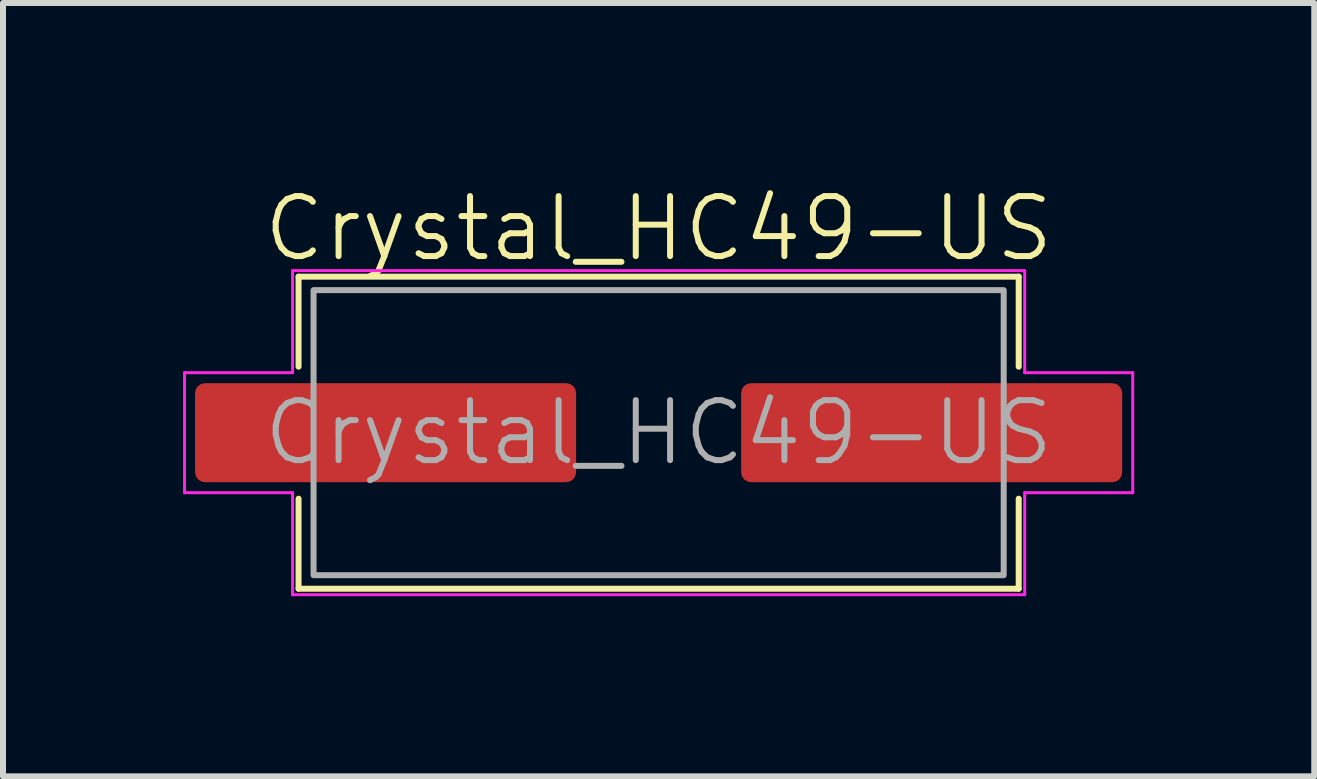
<source format=kicad_pcb>
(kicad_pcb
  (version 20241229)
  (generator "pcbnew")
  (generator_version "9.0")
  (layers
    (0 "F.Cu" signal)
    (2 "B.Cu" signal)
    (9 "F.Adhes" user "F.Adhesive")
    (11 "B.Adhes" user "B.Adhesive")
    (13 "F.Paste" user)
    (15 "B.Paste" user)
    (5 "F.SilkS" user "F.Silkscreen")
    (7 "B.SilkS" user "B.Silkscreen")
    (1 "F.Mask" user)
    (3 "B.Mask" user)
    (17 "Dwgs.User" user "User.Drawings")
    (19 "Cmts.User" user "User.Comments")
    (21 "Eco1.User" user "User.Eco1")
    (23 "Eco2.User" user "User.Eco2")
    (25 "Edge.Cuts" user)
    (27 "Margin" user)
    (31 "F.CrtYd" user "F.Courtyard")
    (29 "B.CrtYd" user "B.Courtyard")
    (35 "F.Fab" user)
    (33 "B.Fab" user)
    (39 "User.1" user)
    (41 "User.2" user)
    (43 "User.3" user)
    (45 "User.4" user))
  (footprint "Crystal_HC49-US"
    (layer "F.Cu")
    (at 7.925 4.16)
    (property "Reference" "Crystal_HC49-US" (at 0 -3.4 0) (unlocked yes) (layer "F.SilkS") (effects (font (size 1 1) (thickness 0.1))))
    (attr smd)
    (fp_line (start -6 -2.6) (end 6 -2.6) (stroke (width 0.1) (type default)) (layer "F.SilkS"))
    (fp_line (start -6 -1.1) (end -6 -2.6) (stroke (width 0.1) (type default)) (layer "F.SilkS"))
    (fp_line (start -6 1.1) (end -6 2.6) (stroke (width 0.1) (type default)) (layer "F.SilkS"))
    (fp_line (start -6 2.6) (end 6 2.6) (stroke (width 0.1) (type default)) (layer "F.SilkS"))
    (fp_line (start 6 -2.6) (end 6 -1.1) (stroke (width 0.1) (type default)) (layer "F.SilkS"))
    (fp_line (start 6 2.6) (end 6 1.1) (stroke (width 0.1) (type default)) (layer "F.SilkS"))
    (fp_line (start -7.9 -1) (end -6.1 -1) (stroke (width 0.05) (type default)) (layer "F.CrtYd"))
    (fp_line (start -7.9 1) (end -7.9 -1) (stroke (width 0.05) (type default)) (layer "F.CrtYd"))
    (fp_line (start -6.1 -2.7) (end 6.1 -2.7) (stroke (width 0.05) (type default)) (layer "F.CrtYd"))
    (fp_line (start -6.1 -1) (end -6.1 -2.7) (stroke (width 0.05) (type default)) (layer "F.CrtYd"))
    (fp_line (start -6.1 1) (end -7.9 1) (stroke (width 0.05) (type default)) (layer "F.CrtYd"))
    (fp_line (start -6.1 2.7) (end -6.1 1) (stroke (width 0.05) (type default)) (layer "F.CrtYd"))
    (fp_line (start 6.1 -2.7) (end 6.1 -1) (stroke (width 0.05) (type default)) (layer "F.CrtYd"))
    (fp_line (start 6.1 -1) (end 7.9 -1) (stroke (width 0.05) (type default)) (layer "F.CrtYd"))
    (fp_line (start 6.1 1) (end 6.1 2.7) (stroke (width 0.05) (type default)) (layer "F.CrtYd"))
    (fp_line (start 6.1 2.7) (end -6.1 2.7) (stroke (width 0.05) (type default)) (layer "F.CrtYd"))
    (fp_line (start 7.9 -1) (end 7.9 1) (stroke (width 0.05) (type default)) (layer "F.CrtYd"))
    (fp_line (start 7.9 1) (end 6.1 1) (stroke (width 0.05) (type default)) (layer "F.CrtYd"))
    (fp_rect (start -5.75 -2.375) (end 5.75 2.375) (stroke (width 0.1) (type default)) (fill no) (layer "F.Fab"))
    (fp_text user "${REFERENCE}" (at 0 0 0) (unlocked yes) (layer "F.Fab") (effects (font (size 1 1) (thickness 0.1))))
    (pad "1" smd roundrect (at -4.55 0) (size 6.35 1.65) (layers "F.Cu" "F.Mask" "F.Paste") (roundrect_rratio 0.1))
    (pad "2" smd roundrect (at 4.55 0) (size 6.35 1.65) (layers "F.Cu" "F.Mask" "F.Paste") (roundrect_rratio 0.1)))
  (gr_rect
    (start -3 -3)
    (end 18.85 9.886)
    (stroke (width 0.1) (type default))
    (fill no)
    (layer "Edge.Cuts")))
</source>
